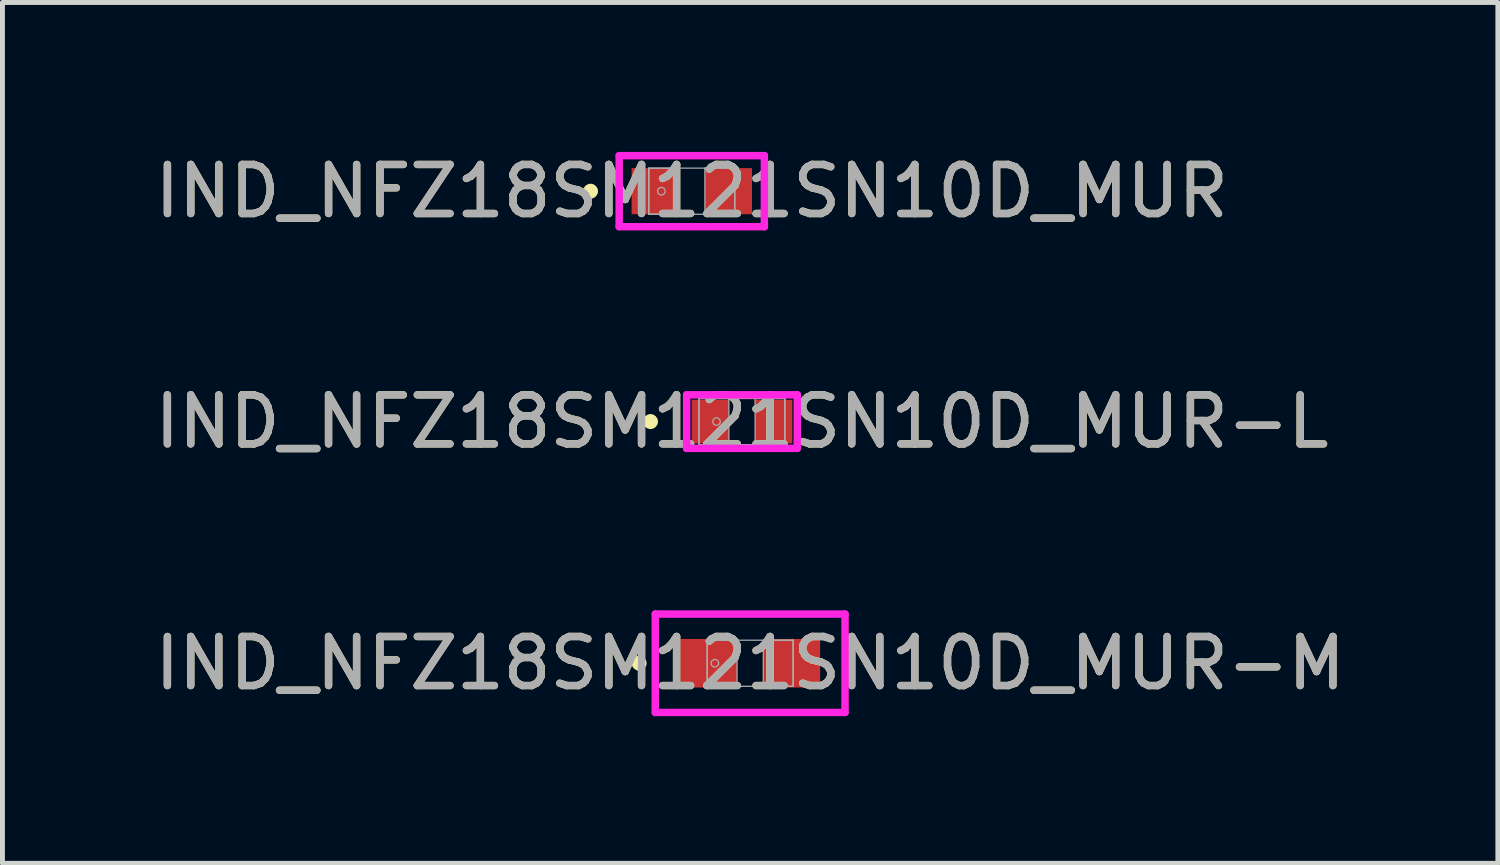
<source format=kicad_pcb>
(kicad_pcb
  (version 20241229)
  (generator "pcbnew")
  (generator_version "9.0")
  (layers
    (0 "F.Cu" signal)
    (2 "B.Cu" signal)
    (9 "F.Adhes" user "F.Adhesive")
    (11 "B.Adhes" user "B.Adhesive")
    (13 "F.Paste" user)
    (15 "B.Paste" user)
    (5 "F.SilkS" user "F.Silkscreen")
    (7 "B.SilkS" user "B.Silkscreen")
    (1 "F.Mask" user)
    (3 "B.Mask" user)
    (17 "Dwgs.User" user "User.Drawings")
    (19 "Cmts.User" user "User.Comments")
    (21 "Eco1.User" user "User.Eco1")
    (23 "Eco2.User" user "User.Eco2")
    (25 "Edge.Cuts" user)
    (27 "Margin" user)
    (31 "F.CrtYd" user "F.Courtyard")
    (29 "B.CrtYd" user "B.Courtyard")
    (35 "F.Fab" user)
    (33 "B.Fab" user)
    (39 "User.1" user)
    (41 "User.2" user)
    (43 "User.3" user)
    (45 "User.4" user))
  (footprint "IND_NFZ18SM121SN10D_MUR-L"
    (layer "F.Cu")
    (at 12.077 5.545)
    (property "Reference" "IND_NFZ18SM121SN10D_MUR-L" (at 0 0 0) (unlocked yes) (layer "F.SilkS") (effects (font (size 1 1) (thickness 0.15))))
    (attr smd)
    (fp_circle (center -1.865 0) (end -1.788 0) (stroke (width 0.152) (type solid)) (fill no) (layer "F.SilkS"))
    (fp_line (start -1.128 -0.546) (end 1.128 -0.546) (stroke (width 0.152) (type solid)) (layer "F.CrtYd"))
    (fp_line (start -1.128 0.546) (end -1.128 -0.546) (stroke (width 0.152) (type solid)) (layer "F.CrtYd"))
    (fp_line (start 1.128 -0.546) (end 1.128 0.546) (stroke (width 0.152) (type solid)) (layer "F.CrtYd"))
    (fp_line (start 1.128 0.546) (end -1.128 0.546) (stroke (width 0.152) (type solid)) (layer "F.CrtYd"))
    (fp_line (start -0.876 -0.47) (end -0.876 0.47) (stroke (width 0.025) (type solid)) (layer "F.Fab"))
    (fp_line (start -0.876 -0.47) (end -0.876 0.47) (stroke (width 0.025) (type solid)) (layer "F.Fab"))
    (fp_line (start -0.876 0.47) (end -0.267 0.47) (stroke (width 0.025) (type solid)) (layer "F.Fab"))
    (fp_line (start -0.876 0.47) (end 0.876 0.47) (stroke (width 0.025) (type solid)) (layer "F.Fab"))
    (fp_line (start -0.267 -0.47) (end -0.876 -0.47) (stroke (width 0.025) (type solid)) (layer "F.Fab"))
    (fp_line (start -0.267 0.47) (end -0.267 -0.47) (stroke (width 0.025) (type solid)) (layer "F.Fab"))
    (fp_line (start 0.267 -0.47) (end 0.267 0.47) (stroke (width 0.025) (type solid)) (layer "F.Fab"))
    (fp_line (start 0.267 0.47) (end 0.876 0.47) (stroke (width 0.025) (type solid)) (layer "F.Fab"))
    (fp_line (start 0.876 -0.47) (end -0.876 -0.47) (stroke (width 0.025) (type solid)) (layer "F.Fab"))
    (fp_line (start 0.876 -0.47) (end 0.267 -0.47) (stroke (width 0.025) (type solid)) (layer "F.Fab"))
    (fp_line (start 0.876 0.47) (end 0.876 -0.47) (stroke (width 0.025) (type solid)) (layer "F.Fab"))
    (fp_line (start 0.876 0.47) (end 0.876 -0.47) (stroke (width 0.025) (type solid)) (layer "F.Fab"))
    (fp_circle (center -0.519 0) (end -0.443 0) (stroke (width 0.025) (type solid)) (fill no) (layer "F.Fab"))
    (fp_text user "${REFERENCE}" (at 0 0 0) (unlocked yes) (layer "F.Fab") (effects (font (size 1 1) (thickness 0.15))))
    (pad "1" smd rect (at -0.646 0) (size 0.76 0.89) (layers "F.Cu" "F.Mask" "F.Paste"))
    (pad "2" smd rect (at 0.646 0) (size 0.76 0.89) (layers "F.Cu" "F.Mask" "F.Paste"))
    (zone (net_name "") (layer "F.Cu") (hatch full 0.508) (connect_pads) (min_thickness 0.254) (filled_areas_thickness no) (keepout (tracks not_allowed) (vias not_allowed) (pads allowed) (copperpour not_allowed) (footprints allowed)) (placement (enabled no)) (fill) (polygon (pts (xy 11.861 5.126) (xy 12.293 5.126) (xy 12.293 5.964) (xy 11.861 5.964)))))
  (footprint "IND_NFZ18SM121SN10D_MUR"
    (layer "F.Cu")
    (at 11.054 0.848)
    (property "Reference" "IND_NFZ18SM121SN10D_MUR" (at 0 0 0) (unlocked yes) (layer "F.SilkS") (effects (font (size 1 1) (thickness 0.15))))
    (attr smd)
    (fp_circle (center -2.064 0) (end -1.988 0) (stroke (width 0.152) (type solid)) (fill no) (layer "F.SilkS"))
    (fp_line (start -1.48 -0.724) (end 1.48 -0.724) (stroke (width 0.152) (type solid)) (layer "F.CrtYd"))
    (fp_line (start -1.48 0.724) (end -1.48 -0.724) (stroke (width 0.152) (type solid)) (layer "F.CrtYd"))
    (fp_line (start 1.48 -0.724) (end 1.48 0.724) (stroke (width 0.152) (type solid)) (layer "F.CrtYd"))
    (fp_line (start 1.48 0.724) (end -1.48 0.724) (stroke (width 0.152) (type solid)) (layer "F.CrtYd"))
    (fp_line (start -0.876 -0.47) (end -0.876 0.47) (stroke (width 0.025) (type solid)) (layer "F.Fab"))
    (fp_line (start -0.876 -0.47) (end -0.876 0.47) (stroke (width 0.025) (type solid)) (layer "F.Fab"))
    (fp_line (start -0.876 0.47) (end -0.267 0.47) (stroke (width 0.025) (type solid)) (layer "F.Fab"))
    (fp_line (start -0.876 0.47) (end 0.876 0.47) (stroke (width 0.025) (type solid)) (layer "F.Fab"))
    (fp_line (start -0.267 -0.47) (end -0.876 -0.47) (stroke (width 0.025) (type solid)) (layer "F.Fab"))
    (fp_line (start -0.267 0.47) (end -0.267 -0.47) (stroke (width 0.025) (type solid)) (layer "F.Fab"))
    (fp_line (start 0.267 -0.47) (end 0.267 0.47) (stroke (width 0.025) (type solid)) (layer "F.Fab"))
    (fp_line (start 0.267 0.47) (end 0.876 0.47) (stroke (width 0.025) (type solid)) (layer "F.Fab"))
    (fp_line (start 0.876 -0.47) (end -0.876 -0.47) (stroke (width 0.025) (type solid)) (layer "F.Fab"))
    (fp_line (start 0.876 -0.47) (end 0.267 -0.47) (stroke (width 0.025) (type solid)) (layer "F.Fab"))
    (fp_line (start 0.876 0.47) (end 0.876 -0.47) (stroke (width 0.025) (type solid)) (layer "F.Fab"))
    (fp_line (start 0.876 0.47) (end 0.876 -0.47) (stroke (width 0.025) (type solid)) (layer "F.Fab"))
    (fp_circle (center -0.62 0) (end -0.543 0) (stroke (width 0.025) (type solid)) (fill no) (layer "F.Fab"))
    (fp_text user "${REFERENCE}" (at 0 0 0) (unlocked yes) (layer "F.Fab") (effects (font (size 1 1) (thickness 0.15))))
    (pad "1" smd rect (at -0.747 0) (size 0.96 0.94) (layers "F.Cu" "F.Mask" "F.Paste"))
    (pad "2" smd rect (at 0.747 0) (size 0.96 0.94) (layers "F.Cu" "F.Mask" "F.Paste"))
    (zone (net_name "") (layer "F.Cu") (hatch full 0.508) (connect_pads) (min_thickness 0.254) (filled_areas_thickness no) (keepout (tracks not_allowed) (vias not_allowed) (pads allowed) (copperpour not_allowed) (footprints allowed)) (placement (enabled no)) (fill) (polygon (pts (xy 10.838 0.429) (xy 11.269 0.429) (xy 11.269 1.267) (xy 10.838 1.267)))))
  (footprint "IND_NFZ18SM121SN10D_MUR-M"
    (layer "F.Cu")
    (at 12.244 10.472)
    (property "Reference" "IND_NFZ18SM121SN10D_MUR-M" (at 0 0 0) (unlocked yes) (layer "F.SilkS") (effects (font (size 1 1) (thickness 0.15))))
    (attr smd)
    (fp_circle (center -2.264 0) (end -2.188 0) (stroke (width 0.152) (type solid)) (fill no) (layer "F.SilkS"))
    (fp_line (start -1.934 -1.003) (end 1.934 -1.003) (stroke (width 0.152) (type solid)) (layer "F.CrtYd"))
    (fp_line (start -1.934 1.003) (end -1.934 -1.003) (stroke (width 0.152) (type solid)) (layer "F.CrtYd"))
    (fp_line (start 1.934 -1.003) (end 1.934 1.003) (stroke (width 0.152) (type solid)) (layer "F.CrtYd"))
    (fp_line (start 1.934 1.003) (end -1.934 1.003) (stroke (width 0.152) (type solid)) (layer "F.CrtYd"))
    (fp_line (start -0.876 -0.47) (end -0.876 0.47) (stroke (width 0.025) (type solid)) (layer "F.Fab"))
    (fp_line (start -0.876 -0.47) (end -0.876 0.47) (stroke (width 0.025) (type solid)) (layer "F.Fab"))
    (fp_line (start -0.876 0.47) (end -0.267 0.47) (stroke (width 0.025) (type solid)) (layer "F.Fab"))
    (fp_line (start -0.876 0.47) (end 0.876 0.47) (stroke (width 0.025) (type solid)) (layer "F.Fab"))
    (fp_line (start -0.267 -0.47) (end -0.876 -0.47) (stroke (width 0.025) (type solid)) (layer "F.Fab"))
    (fp_line (start -0.267 0.47) (end -0.267 -0.47) (stroke (width 0.025) (type solid)) (layer "F.Fab"))
    (fp_line (start 0.267 -0.47) (end 0.267 0.47) (stroke (width 0.025) (type solid)) (layer "F.Fab"))
    (fp_line (start 0.267 0.47) (end 0.876 0.47) (stroke (width 0.025) (type solid)) (layer "F.Fab"))
    (fp_line (start 0.876 -0.47) (end -0.876 -0.47) (stroke (width 0.025) (type solid)) (layer "F.Fab"))
    (fp_line (start 0.876 -0.47) (end 0.267 -0.47) (stroke (width 0.025) (type solid)) (layer "F.Fab"))
    (fp_line (start 0.876 0.47) (end 0.876 -0.47) (stroke (width 0.025) (type solid)) (layer "F.Fab"))
    (fp_line (start 0.876 0.47) (end 0.876 -0.47) (stroke (width 0.025) (type solid)) (layer "F.Fab"))
    (fp_circle (center -0.72 0) (end -0.643 0) (stroke (width 0.025) (type solid)) (fill no) (layer "F.Fab"))
    (fp_text user "${REFERENCE}" (at 0 0 0) (unlocked yes) (layer "F.Fab") (effects (font (size 1 1) (thickness 0.15))))
    (pad "1" smd rect (at -0.847 0) (size 1.16 0.99) (layers "F.Cu" "F.Mask" "F.Paste"))
    (pad "2" smd rect (at 0.847 0) (size 1.16 0.99) (layers "F.Cu" "F.Mask" "F.Paste"))
    (zone (net_name "") (layer "F.Cu") (hatch full 0.508) (connect_pads) (min_thickness 0.254) (filled_areas_thickness no) (keepout (tracks not_allowed) (vias not_allowed) (pads allowed) (copperpour not_allowed) (footprints allowed)) (placement (enabled no)) (fill) (polygon (pts (xy 12.028 10.053) (xy 12.46 10.053) (xy 12.46 10.891) (xy 12.028 10.891)))))
  (gr_rect
    (start -3 -3)
    (end 27.488 14.551)
    (stroke (width 0.1) (type default))
    (fill no)
    (layer "Edge.Cuts")))
</source>
